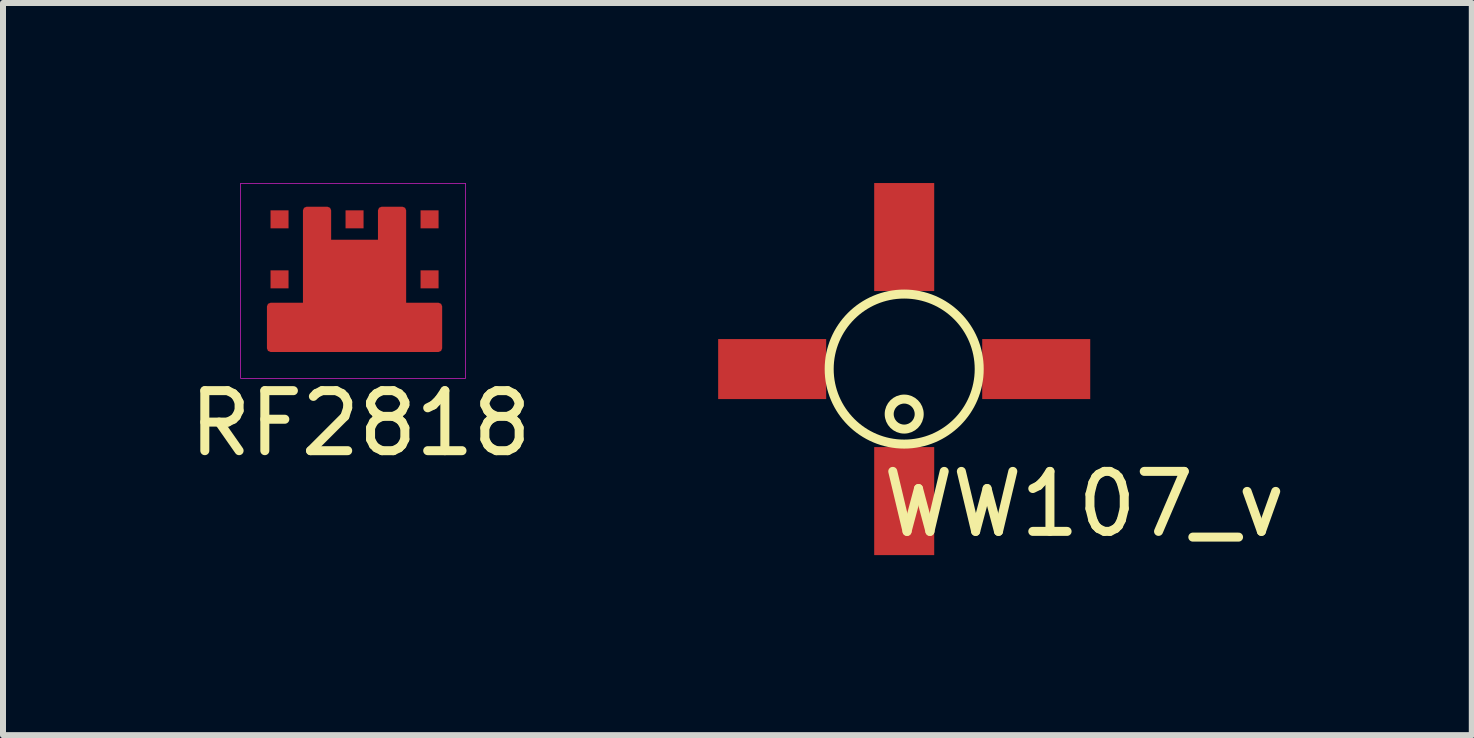
<source format=kicad_pcb>
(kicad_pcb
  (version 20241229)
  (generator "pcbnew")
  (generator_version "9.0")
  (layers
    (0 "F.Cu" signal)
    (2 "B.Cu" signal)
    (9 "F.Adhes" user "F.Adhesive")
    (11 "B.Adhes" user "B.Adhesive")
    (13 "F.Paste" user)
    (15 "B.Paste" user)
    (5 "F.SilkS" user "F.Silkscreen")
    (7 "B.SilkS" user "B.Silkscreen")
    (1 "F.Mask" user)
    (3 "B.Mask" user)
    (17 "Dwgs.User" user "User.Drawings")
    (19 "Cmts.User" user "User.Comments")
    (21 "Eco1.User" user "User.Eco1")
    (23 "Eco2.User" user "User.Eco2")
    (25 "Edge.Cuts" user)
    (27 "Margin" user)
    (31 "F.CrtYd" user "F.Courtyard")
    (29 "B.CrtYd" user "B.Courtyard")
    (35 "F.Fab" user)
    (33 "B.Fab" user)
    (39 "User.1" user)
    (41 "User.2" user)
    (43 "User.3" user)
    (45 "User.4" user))
  (footprint "WW107_v"
    (layer "F.Cu")
    (at 12.017 3.1)
    (property "Reference" "WW107_v" (at 3 2.25 0) (layer "F.SilkS") (effects (font (size 1 1) (thickness 0.15))))
    (attr through_hole)
    (fp_circle (center 0 0) (end 0.75 -1) (stroke (width 0.15) (type solid)) (fill no) (layer "F.SilkS"))
    (fp_circle (center 0 0.75) (end 0 0.5) (stroke (width 0.15) (type solid)) (fill no) (layer "F.SilkS"))
    (pad "1" smd rect (at 0 2.2) (size 1 1.8) (layers "F.Cu" "F.Mask" "F.Paste"))
    (pad "2" smd rect (at 2.2 0 90) (size 1 1.8) (layers "F.Cu" "F.Mask" "F.Paste"))
    (pad "3" smd rect (at 0 -2.2) (size 1 1.8) (layers "F.Cu" "F.Mask" "F.Paste"))
    (pad "4" smd rect (at -2.2 0 90) (size 1 1.8) (layers "F.Cu" "F.Mask" "F.Paste")))
  (footprint "RF2818"
    (layer "F.Cu")
    (at 2.858 1.605)
    (property "Reference" "RF2818" (at 0.1 2.4 0) (layer "F.SilkS") (effects (font (size 1 1) (thickness 0.15))))
    (attr smd)
    (fp_poly (pts (xy -1.9 1.65) (xy 1.85 1.65) (xy 1.85 -1.6) (xy -1.9 -1.6)) (stroke (width 0.01) (type solid)) (fill no) (layer "F.CrtYd"))
    (pad "1" smd rect (at -1.25 -1) (size 0.3 0.3) (layers "F.Cu" "F.Mask" "F.Paste"))
    (pad "2" smd rect (at -1.25 0) (size 0.3 0.3) (layers "F.Cu" "F.Mask" "F.Paste"))
    (pad "3" smd rect (at -0.9 0.85) (size 0.3 0.3) (layers "F.Cu" "F.Mask" "F.Paste"))
    (pad "4" smd rect (at -0.6 0.85) (size 0.3 0.3) (layers "F.Cu" "F.Mask" "F.Paste"))
    (pad "5" smd rect (at -0.3 0.85) (size 0.3 0.3) (layers "F.Cu" "F.Mask" "F.Paste"))
    (pad "6" smd custom (at -1.4 1.15 180) (size 0.01 0.01) (layers "F.Cu" "F.Mask" "F.Paste") (options (anchor rect)) (primitives (gr_poly (pts (xy 0 0) (xy -2.8 0) (xy -2.8 0.7) (xy -2.2 0.7) (xy -2.2 2.3) (xy -1.85 2.3) (xy -1.85 1.75) (xy -0.95 1.75) (xy -0.95 2.3) (xy -0.6 2.3) (xy -0.6 0.7) (xy 0 0.7)) (width 0.12) (fill yes))))
    (pad "7" smd rect (at 0 0.85) (size 0.3 0.3) (layers "F.Cu" "F.Mask" "F.Paste"))
    (pad "8" smd rect (at 1.25 0) (size 0.3 0.3) (layers "F.Cu" "F.Mask" "F.Paste"))
    (pad "9" smd rect (at 1.25 -1) (size 0.3 0.3) (layers "F.Cu" "F.Mask" "F.Paste"))
    (pad "10" smd rect (at 0.4 0.85) (size 0.3 0.3) (layers "F.Cu" "F.Mask" "F.Paste"))
    (pad "11" smd rect (at 0 -1) (size 0.3 0.3) (layers "F.Cu" "F.Mask" "F.Paste"))
    (pad "12" smd rect (at 0.8 0.85) (size 0.3 0.3) (layers "F.Cu" "F.Mask" "F.Paste")))
  (gr_rect
    (start -3 -3)
    (end 21.475 9.2)
    (stroke (width 0.1) (type default))
    (fill no)
    (layer "Edge.Cuts")))
</source>
